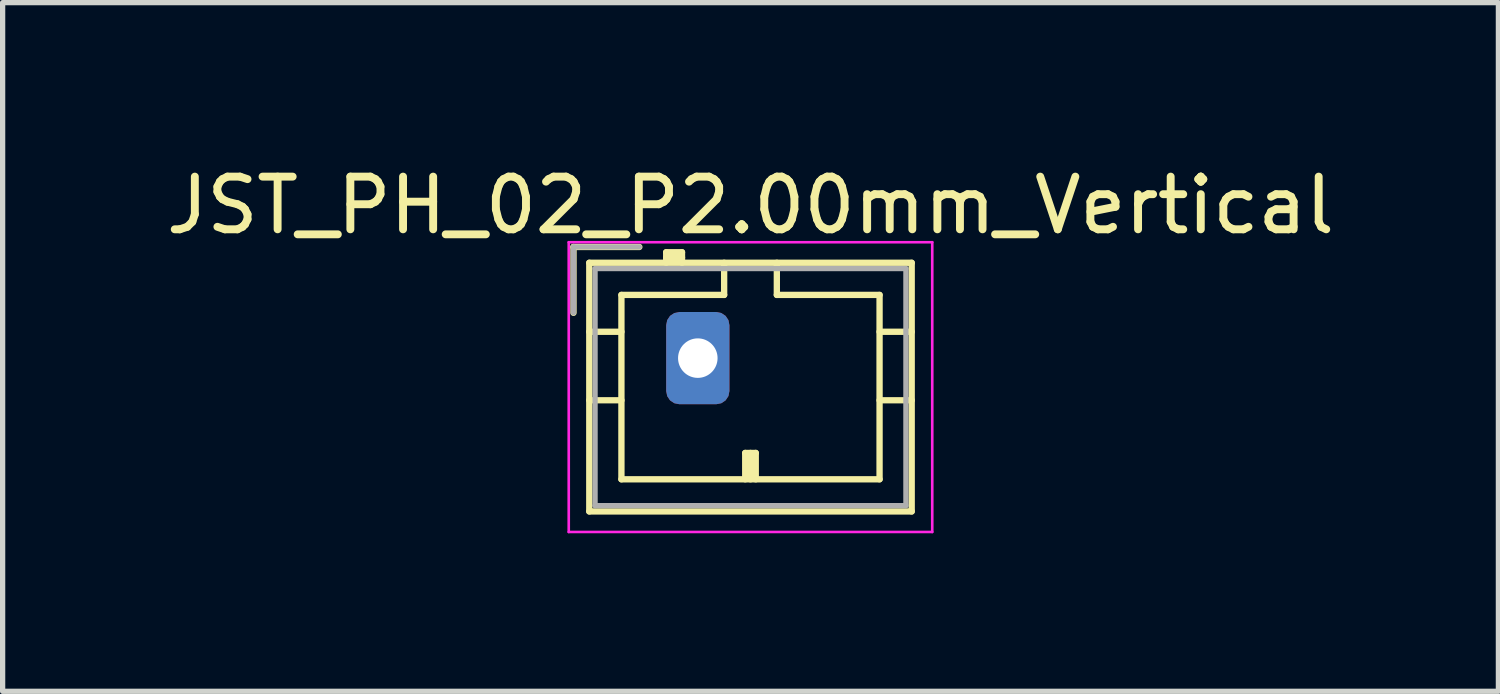
<source format=kicad_pcb>
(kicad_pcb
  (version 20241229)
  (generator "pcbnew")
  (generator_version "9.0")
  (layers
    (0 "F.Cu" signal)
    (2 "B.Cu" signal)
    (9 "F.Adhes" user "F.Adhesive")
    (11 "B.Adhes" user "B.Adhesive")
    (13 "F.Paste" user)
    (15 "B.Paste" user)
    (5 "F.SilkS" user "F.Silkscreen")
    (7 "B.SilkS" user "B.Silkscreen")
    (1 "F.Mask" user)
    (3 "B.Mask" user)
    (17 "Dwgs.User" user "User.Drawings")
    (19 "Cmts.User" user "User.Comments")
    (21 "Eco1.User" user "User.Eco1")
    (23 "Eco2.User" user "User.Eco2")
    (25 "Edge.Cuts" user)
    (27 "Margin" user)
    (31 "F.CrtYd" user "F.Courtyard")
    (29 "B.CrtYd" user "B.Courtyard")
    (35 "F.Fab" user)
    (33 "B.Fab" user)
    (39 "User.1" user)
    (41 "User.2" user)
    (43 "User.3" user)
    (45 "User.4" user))
  (footprint "JST_PH_02_P2.00mm_Vertical"
    (layer "F.Cu")
    (at 12.196 3.748)
    (property "Reference" "JST_PH_02_P2.00mm_Vertical" (at -1 -2.9 0) (layer "F.SilkS") (effects (font (size 1 1) (thickness 0.15))))
    (attr through_hole)
    (fp_line (start -4.36 -2.11) (end -4.36 -0.86) (stroke (width 0.12) (type solid)) (layer "F.SilkS"))
    (fp_line (start -4.06 -1.81) (end -4.06 2.91) (stroke (width 0.12) (type solid)) (layer "F.SilkS"))
    (fp_line (start -4.06 -0.5) (end -3.45 -0.5) (stroke (width 0.12) (type solid)) (layer "F.SilkS"))
    (fp_line (start -4.06 0.8) (end -3.45 0.8) (stroke (width 0.12) (type solid)) (layer "F.SilkS"))
    (fp_line (start -4.06 2.91) (end 2.06 2.91) (stroke (width 0.12) (type solid)) (layer "F.SilkS"))
    (fp_line (start -3.45 -1.2) (end -3.45 2.3) (stroke (width 0.12) (type solid)) (layer "F.SilkS"))
    (fp_line (start -3.45 2.3) (end 1.45 2.3) (stroke (width 0.12) (type solid)) (layer "F.SilkS"))
    (fp_line (start -3.11 -2.11) (end -4.36 -2.11) (stroke (width 0.12) (type solid)) (layer "F.SilkS"))
    (fp_line (start -2.6 -2.01) (end -2.6 -1.81) (stroke (width 0.12) (type solid)) (layer "F.SilkS"))
    (fp_line (start -2.3 -2.01) (end -2.6 -2.01) (stroke (width 0.12) (type solid)) (layer "F.SilkS"))
    (fp_line (start -2.3 -1.91) (end -2.6 -1.91) (stroke (width 0.12) (type solid)) (layer "F.SilkS"))
    (fp_line (start -2.3 -1.81) (end -2.3 -2.01) (stroke (width 0.12) (type solid)) (layer "F.SilkS"))
    (fp_line (start -1.5 -1.81) (end -1.5 -1.2) (stroke (width 0.12) (type solid)) (layer "F.SilkS"))
    (fp_line (start -1.5 -1.2) (end -3.45 -1.2) (stroke (width 0.12) (type solid)) (layer "F.SilkS"))
    (fp_line (start -1.1 1.8) (end -0.9 1.8) (stroke (width 0.12) (type solid)) (layer "F.SilkS"))
    (fp_line (start -1.1 2.3) (end -1.1 1.8) (stroke (width 0.12) (type solid)) (layer "F.SilkS"))
    (fp_line (start -1 2.3) (end -1 1.8) (stroke (width 0.12) (type solid)) (layer "F.SilkS"))
    (fp_line (start -0.9 1.8) (end -0.9 2.3) (stroke (width 0.12) (type solid)) (layer "F.SilkS"))
    (fp_line (start -0.5 -1.2) (end -0.5 -1.81) (stroke (width 0.12) (type solid)) (layer "F.SilkS"))
    (fp_line (start 1.45 -1.2) (end -0.5 -1.2) (stroke (width 0.12) (type solid)) (layer "F.SilkS"))
    (fp_line (start 1.45 2.3) (end 1.45 -1.2) (stroke (width 0.12) (type solid)) (layer "F.SilkS"))
    (fp_line (start 2.06 -1.81) (end -4.06 -1.81) (stroke (width 0.12) (type solid)) (layer "F.SilkS"))
    (fp_line (start 2.06 -0.5) (end 1.45 -0.5) (stroke (width 0.12) (type solid)) (layer "F.SilkS"))
    (fp_line (start 2.06 0.8) (end 1.45 0.8) (stroke (width 0.12) (type solid)) (layer "F.SilkS"))
    (fp_line (start 2.06 2.91) (end 2.06 -1.81) (stroke (width 0.12) (type solid)) (layer "F.SilkS"))
    (fp_line (start -4.45 -2.2) (end -4.45 3.3) (stroke (width 0.05) (type solid)) (layer "F.CrtYd"))
    (fp_line (start -4.45 3.3) (end 2.45 3.3) (stroke (width 0.05) (type solid)) (layer "F.CrtYd"))
    (fp_line (start 2.45 -2.2) (end -4.45 -2.2) (stroke (width 0.05) (type solid)) (layer "F.CrtYd"))
    (fp_line (start 2.45 3.3) (end 2.45 -2.2) (stroke (width 0.05) (type solid)) (layer "F.CrtYd"))
    (fp_line (start -4.36 -2.11) (end -4.36 -0.86) (stroke (width 0.1) (type solid)) (layer "F.Fab"))
    (fp_line (start -3.95 -1.7) (end -3.95 2.8) (stroke (width 0.1) (type solid)) (layer "F.Fab"))
    (fp_line (start -3.95 2.8) (end 1.95 2.8) (stroke (width 0.1) (type solid)) (layer "F.Fab"))
    (fp_line (start -3.11 -2.11) (end -4.36 -2.11) (stroke (width 0.1) (type solid)) (layer "F.Fab"))
    (fp_line (start 1.95 -1.7) (end -3.95 -1.7) (stroke (width 0.1) (type solid)) (layer "F.Fab"))
    (fp_line (start 1.95 2.8) (end 1.95 -1.7) (stroke (width 0.1) (type solid)) (layer "F.Fab"))
    (pad "1" thru_hole roundrect (at -2 0) (size 1.2 1.75) (drill 0.75) (layers "*.Cu" "*.Mask") (roundrect_rratio 0.208)))
  (gr_rect
    (start -3 -3)
    (end 25.393 10.073)
    (stroke (width 0.1) (type default))
    (fill no)
    (layer "Edge.Cuts")))
</source>
